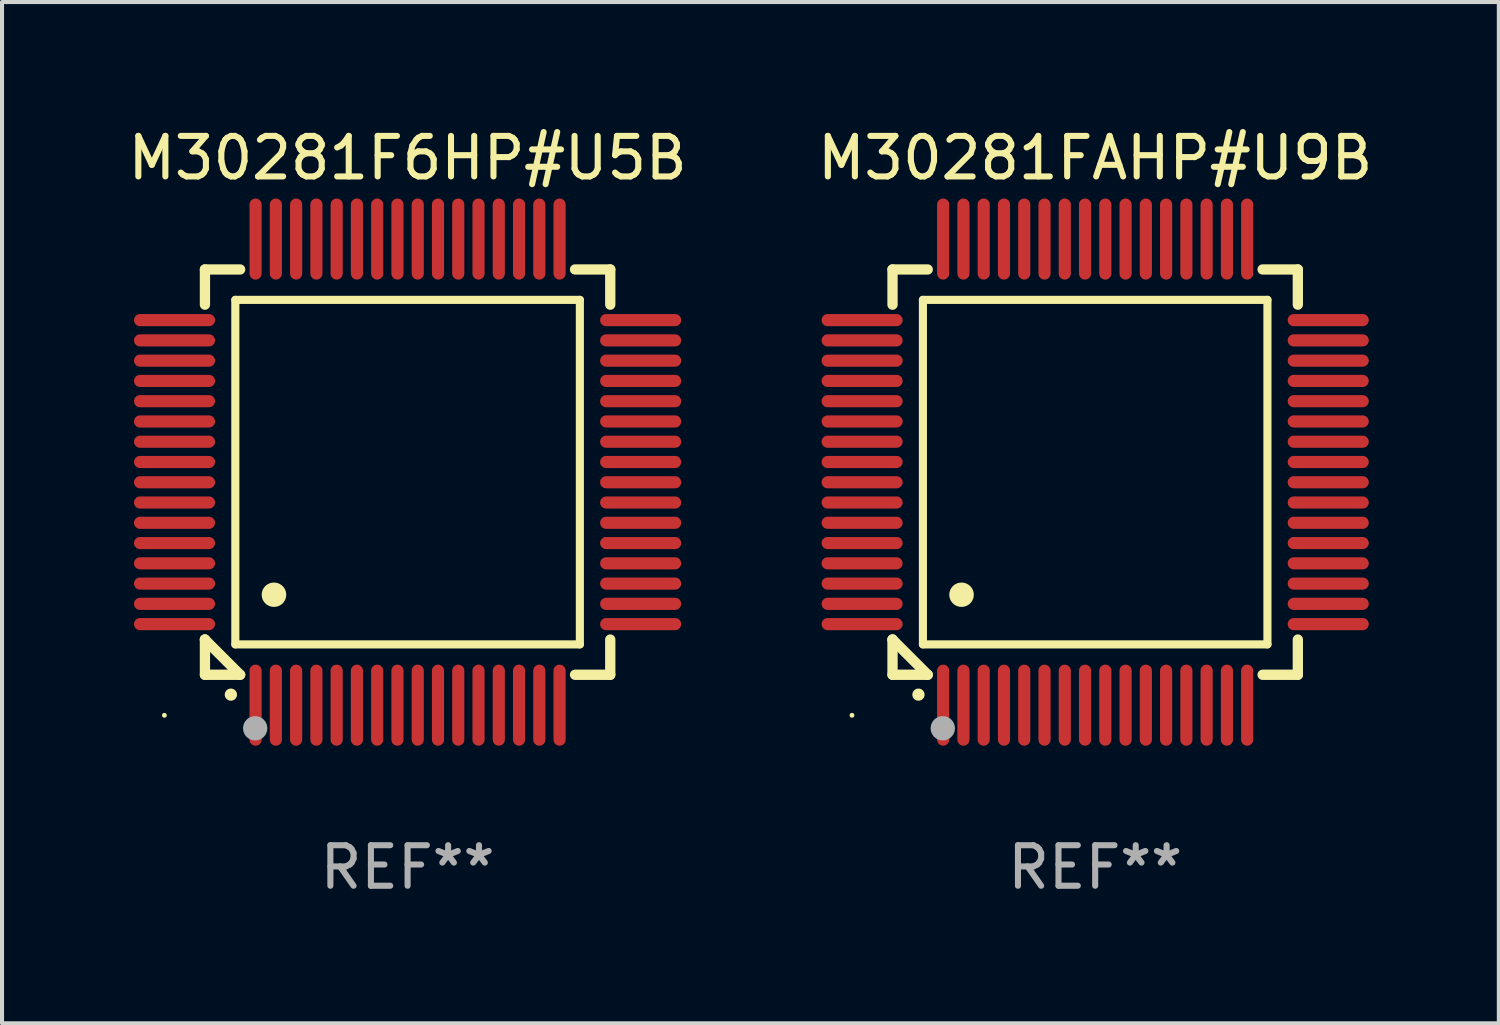
<source format=kicad_pcb>
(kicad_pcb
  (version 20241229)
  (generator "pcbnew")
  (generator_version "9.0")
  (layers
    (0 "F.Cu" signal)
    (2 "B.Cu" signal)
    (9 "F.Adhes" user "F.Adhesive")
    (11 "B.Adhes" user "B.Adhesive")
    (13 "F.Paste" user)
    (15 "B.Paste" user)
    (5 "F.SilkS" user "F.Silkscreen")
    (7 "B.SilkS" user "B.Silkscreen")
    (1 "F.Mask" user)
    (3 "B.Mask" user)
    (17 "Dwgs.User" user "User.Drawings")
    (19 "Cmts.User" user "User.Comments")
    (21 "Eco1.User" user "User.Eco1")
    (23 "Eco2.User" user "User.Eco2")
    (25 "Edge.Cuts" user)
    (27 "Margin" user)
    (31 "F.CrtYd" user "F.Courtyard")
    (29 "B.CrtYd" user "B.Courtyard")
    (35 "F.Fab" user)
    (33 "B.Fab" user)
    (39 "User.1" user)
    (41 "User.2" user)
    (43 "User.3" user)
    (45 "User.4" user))
  (footprint "M30281FAHP#U9B"
    (layer "F.Cu")
    (at 23.97 8.598)
    (property "Reference" "M30281FAHP#U9B" (at 0 -7.75 0) (layer "F.SilkS") (effects (font (size 1 1) (thickness 0.15))))
    (attr through_hole)
    (fp_line (start -5 -5) (end -4.131 -5) (stroke (width 0.254) (type solid)) (layer "F.SilkS"))
    (fp_line (start -5 -4.131) (end -5 -5) (stroke (width 0.254) (type solid)) (layer "F.SilkS"))
    (fp_line (start -5 4.131) (end -5 4.131) (stroke (width 0.254) (type solid)) (layer "F.SilkS"))
    (fp_line (start -5 5) (end -5 4.131) (stroke (width 0.254) (type solid)) (layer "F.SilkS"))
    (fp_line (start -5 4.131) (end -4.131 5) (stroke (width 0.254) (type solid)) (layer "F.SilkS"))
    (fp_line (start -4.25 -4.25) (end -4.25 4.25) (stroke (width 0.2) (type solid)) (layer "F.SilkS"))
    (fp_line (start -4.25 4.25) (end 4.25 4.25) (stroke (width 0.2) (type solid)) (layer "F.SilkS"))
    (fp_line (start -4.131 5) (end -5 5) (stroke (width 0.254) (type solid)) (layer "F.SilkS"))
    (fp_line (start 4.25 -4.25) (end -4.25 -4.25) (stroke (width 0.2) (type solid)) (layer "F.SilkS"))
    (fp_line (start 4.25 4.25) (end 4.25 -4.25) (stroke (width 0.2) (type solid)) (layer "F.SilkS"))
    (fp_line (start 5 -5) (end 4.131 -5) (stroke (width 0.254) (type solid)) (layer "F.SilkS"))
    (fp_line (start 5 -5) (end 5 -4.131) (stroke (width 0.254) (type solid)) (layer "F.SilkS"))
    (fp_line (start 5 4.131) (end 5 5) (stroke (width 0.254) (type solid)) (layer "F.SilkS"))
    (fp_line (start 5 5) (end 4.131 5) (stroke (width 0.254) (type solid)) (layer "F.SilkS"))
    (fp_arc (start -4.361265 5.489992) (mid -4.359995 5.489987) (end -4.358725 5.489992) (stroke (width 0.3) (type solid)) (layer "F.SilkS"))
    (fp_arc (start -3.299467 3.025146) (mid -3.296927 3.025135) (end -3.294387 3.025146) (stroke (width 0.6) (type solid)) (layer "F.SilkS"))
    (fp_circle (center -6 6) (end -5.97 6) (stroke (width 0.06) (type solid)) (fill no) (layer "F.SilkS"))
    (fp_circle (center -3.76 6.32) (end -3.61 6.32) (stroke (width 0.3) (type solid)) (fill no) (layer "F.Fab"))
    (fp_text user "REF**" (at 0 9.75 0) (layer "F.Fab") (effects (font (size 1 1) (thickness 0.15))))
    (pad "1" smd oval (at -3.75 5.75) (size 0.3 2) (layers "F.Cu" "F.Mask" "F.Paste"))
    (pad "2" smd oval (at -3.25 5.75) (size 0.3 2) (layers "F.Cu" "F.Mask" "F.Paste"))
    (pad "3" smd oval (at -2.75 5.75) (size 0.3 2) (layers "F.Cu" "F.Mask" "F.Paste"))
    (pad "4" smd oval (at -2.25 5.75) (size 0.3 2) (layers "F.Cu" "F.Mask" "F.Paste"))
    (pad "5" smd oval (at -1.75 5.75) (size 0.3 2) (layers "F.Cu" "F.Mask" "F.Paste"))
    (pad "6" smd oval (at -1.25 5.75) (size 0.3 2) (layers "F.Cu" "F.Mask" "F.Paste"))
    (pad "7" smd oval (at -0.75 5.75) (size 0.3 2) (layers "F.Cu" "F.Mask" "F.Paste"))
    (pad "8" smd oval (at -0.25 5.75) (size 0.3 2) (layers "F.Cu" "F.Mask" "F.Paste"))
    (pad "9" smd oval (at 0.25 5.75) (size 0.3 2) (layers "F.Cu" "F.Mask" "F.Paste"))
    (pad "10" smd oval (at 0.75 5.75) (size 0.3 2) (layers "F.Cu" "F.Mask" "F.Paste"))
    (pad "11" smd oval (at 1.25 5.75) (size 0.3 2) (layers "F.Cu" "F.Mask" "F.Paste"))
    (pad "12" smd oval (at 1.75 5.75) (size 0.3 2) (layers "F.Cu" "F.Mask" "F.Paste"))
    (pad "13" smd oval (at 2.25 5.75) (size 0.3 2) (layers "F.Cu" "F.Mask" "F.Paste"))
    (pad "14" smd oval (at 2.75 5.75) (size 0.3 2) (layers "F.Cu" "F.Mask" "F.Paste"))
    (pad "15" smd oval (at 3.25 5.75) (size 0.3 2) (layers "F.Cu" "F.Mask" "F.Paste"))
    (pad "16" smd oval (at 3.75 5.75) (size 0.3 2) (layers "F.Cu" "F.Mask" "F.Paste"))
    (pad "17" smd oval (at 5.75 3.75) (size 2 0.3) (layers "F.Cu" "F.Mask" "F.Paste"))
    (pad "18" smd oval (at 5.75 3.25) (size 2 0.3) (layers "F.Cu" "F.Mask" "F.Paste"))
    (pad "19" smd oval (at 5.75 2.75) (size 2 0.3) (layers "F.Cu" "F.Mask" "F.Paste"))
    (pad "20" smd oval (at 5.75 2.25) (size 2 0.3) (layers "F.Cu" "F.Mask" "F.Paste"))
    (pad "21" smd oval (at 5.75 1.75) (size 2 0.3) (layers "F.Cu" "F.Mask" "F.Paste"))
    (pad "22" smd oval (at 5.75 1.25) (size 2 0.3) (layers "F.Cu" "F.Mask" "F.Paste"))
    (pad "23" smd oval (at 5.75 0.75) (size 2 0.3) (layers "F.Cu" "F.Mask" "F.Paste"))
    (pad "24" smd oval (at 5.75 0.25) (size 2 0.3) (layers "F.Cu" "F.Mask" "F.Paste"))
    (pad "25" smd oval (at 5.75 -0.25) (size 2 0.3) (layers "F.Cu" "F.Mask" "F.Paste"))
    (pad "26" smd oval (at 5.75 -0.75) (size 2 0.3) (layers "F.Cu" "F.Mask" "F.Paste"))
    (pad "27" smd oval (at 5.75 -1.25) (size 2 0.3) (layers "F.Cu" "F.Mask" "F.Paste"))
    (pad "28" smd oval (at 5.75 -1.75) (size 2 0.3) (layers "F.Cu" "F.Mask" "F.Paste"))
    (pad "29" smd oval (at 5.75 -2.25) (size 2 0.3) (layers "F.Cu" "F.Mask" "F.Paste"))
    (pad "30" smd oval (at 5.75 -2.75) (size 2 0.3) (layers "F.Cu" "F.Mask" "F.Paste"))
    (pad "31" smd oval (at 5.75 -3.25) (size 2 0.3) (layers "F.Cu" "F.Mask" "F.Paste"))
    (pad "32" smd oval (at 5.75 -3.75) (size 2 0.3) (layers "F.Cu" "F.Mask" "F.Paste"))
    (pad "33" smd oval (at 3.75 -5.75) (size 0.3 2) (layers "F.Cu" "F.Mask" "F.Paste"))
    (pad "34" smd oval (at 3.25 -5.75) (size 0.3 2) (layers "F.Cu" "F.Mask" "F.Paste"))
    (pad "35" smd oval (at 2.75 -5.75) (size 0.3 2) (layers "F.Cu" "F.Mask" "F.Paste"))
    (pad "36" smd oval (at 2.25 -5.75) (size 0.3 2) (layers "F.Cu" "F.Mask" "F.Paste"))
    (pad "37" smd oval (at 1.75 -5.75) (size 0.3 2) (layers "F.Cu" "F.Mask" "F.Paste"))
    (pad "38" smd oval (at 1.25 -5.75) (size 0.3 2) (layers "F.Cu" "F.Mask" "F.Paste"))
    (pad "39" smd oval (at 0.75 -5.75) (size 0.3 2) (layers "F.Cu" "F.Mask" "F.Paste"))
    (pad "40" smd oval (at 0.25 -5.75) (size 0.3 2) (layers "F.Cu" "F.Mask" "F.Paste"))
    (pad "41" smd oval (at -0.25 -5.75) (size 0.3 2) (layers "F.Cu" "F.Mask" "F.Paste"))
    (pad "42" smd oval (at -0.75 -5.75) (size 0.3 2) (layers "F.Cu" "F.Mask" "F.Paste"))
    (pad "43" smd oval (at -1.25 -5.75) (size 0.3 2) (layers "F.Cu" "F.Mask" "F.Paste"))
    (pad "44" smd oval (at -1.75 -5.75) (size 0.3 2) (layers "F.Cu" "F.Mask" "F.Paste"))
    (pad "45" smd oval (at -2.25 -5.75) (size 0.3 2) (layers "F.Cu" "F.Mask" "F.Paste"))
    (pad "46" smd oval (at -2.75 -5.75) (size 0.3 2) (layers "F.Cu" "F.Mask" "F.Paste"))
    (pad "47" smd oval (at -3.25 -5.75) (size 0.3 2) (layers "F.Cu" "F.Mask" "F.Paste"))
    (pad "48" smd oval (at -3.75 -5.75) (size 0.3 2) (layers "F.Cu" "F.Mask" "F.Paste"))
    (pad "49" smd oval (at -5.75 -3.75) (size 2 0.3) (layers "F.Cu" "F.Mask" "F.Paste"))
    (pad "50" smd oval (at -5.75 -3.25) (size 2 0.3) (layers "F.Cu" "F.Mask" "F.Paste"))
    (pad "51" smd oval (at -5.75 -2.75) (size 2 0.3) (layers "F.Cu" "F.Mask" "F.Paste"))
    (pad "52" smd oval (at -5.75 -2.25) (size 2 0.3) (layers "F.Cu" "F.Mask" "F.Paste"))
    (pad "53" smd oval (at -5.75 -1.75) (size 2 0.3) (layers "F.Cu" "F.Mask" "F.Paste"))
    (pad "54" smd oval (at -5.75 -1.25) (size 2 0.3) (layers "F.Cu" "F.Mask" "F.Paste"))
    (pad "55" smd oval (at -5.75 -0.75) (size 2 0.3) (layers "F.Cu" "F.Mask" "F.Paste"))
    (pad "56" smd oval (at -5.75 -0.25) (size 2 0.3) (layers "F.Cu" "F.Mask" "F.Paste"))
    (pad "57" smd oval (at -5.75 0.25) (size 2 0.3) (layers "F.Cu" "F.Mask" "F.Paste"))
    (pad "58" smd oval (at -5.75 0.75) (size 2 0.3) (layers "F.Cu" "F.Mask" "F.Paste"))
    (pad "59" smd oval (at -5.75 1.25) (size 2 0.3) (layers "F.Cu" "F.Mask" "F.Paste"))
    (pad "60" smd oval (at -5.75 1.75) (size 2 0.3) (layers "F.Cu" "F.Mask" "F.Paste"))
    (pad "61" smd oval (at -5.75 2.25) (size 2 0.3) (layers "F.Cu" "F.Mask" "F.Paste"))
    (pad "62" smd oval (at -5.75 2.75) (size 2 0.3) (layers "F.Cu" "F.Mask" "F.Paste"))
    (pad "63" smd oval (at -5.75 3.25) (size 2 0.3) (layers "F.Cu" "F.Mask" "F.Paste"))
    (pad "64" smd oval (at -5.75 3.75) (size 2 0.3) (layers "F.Cu" "F.Mask" "F.Paste")))
  (footprint "M30281F6HP#U5B"
    (layer "F.Cu")
    (at 7.006 8.598)
    (property "Reference" "M30281F6HP#U5B" (at 0 -7.75 0) (layer "F.SilkS") (effects (font (size 1 1) (thickness 0.15))))
    (attr through_hole)
    (fp_line (start -5 -5) (end -4.131 -5) (stroke (width 0.254) (type solid)) (layer "F.SilkS"))
    (fp_line (start -5 -4.131) (end -5 -5) (stroke (width 0.254) (type solid)) (layer "F.SilkS"))
    (fp_line (start -5 4.131) (end -5 4.131) (stroke (width 0.254) (type solid)) (layer "F.SilkS"))
    (fp_line (start -5 5) (end -5 4.131) (stroke (width 0.254) (type solid)) (layer "F.SilkS"))
    (fp_line (start -5 4.131) (end -4.131 5) (stroke (width 0.254) (type solid)) (layer "F.SilkS"))
    (fp_line (start -4.25 -4.25) (end -4.25 4.25) (stroke (width 0.2) (type solid)) (layer "F.SilkS"))
    (fp_line (start -4.25 4.25) (end 4.25 4.25) (stroke (width 0.2) (type solid)) (layer "F.SilkS"))
    (fp_line (start -4.131 5) (end -5 5) (stroke (width 0.254) (type solid)) (layer "F.SilkS"))
    (fp_line (start 4.25 -4.25) (end -4.25 -4.25) (stroke (width 0.2) (type solid)) (layer "F.SilkS"))
    (fp_line (start 4.25 4.25) (end 4.25 -4.25) (stroke (width 0.2) (type solid)) (layer "F.SilkS"))
    (fp_line (start 5 -5) (end 4.131 -5) (stroke (width 0.254) (type solid)) (layer "F.SilkS"))
    (fp_line (start 5 -5) (end 5 -4.131) (stroke (width 0.254) (type solid)) (layer "F.SilkS"))
    (fp_line (start 5 4.131) (end 5 5) (stroke (width 0.254) (type solid)) (layer "F.SilkS"))
    (fp_line (start 5 5) (end 4.131 5) (stroke (width 0.254) (type solid)) (layer "F.SilkS"))
    (fp_arc (start -4.361265 5.489992) (mid -4.359995 5.489987) (end -4.358725 5.489992) (stroke (width 0.3) (type solid)) (layer "F.SilkS"))
    (fp_arc (start -3.299467 3.025146) (mid -3.296927 3.025135) (end -3.294387 3.025146) (stroke (width 0.6) (type solid)) (layer "F.SilkS"))
    (fp_circle (center -6 6) (end -5.97 6) (stroke (width 0.06) (type solid)) (fill no) (layer "F.SilkS"))
    (fp_circle (center -3.76 6.32) (end -3.61 6.32) (stroke (width 0.3) (type solid)) (fill no) (layer "F.Fab"))
    (fp_text user "REF**" (at 0 9.75 0) (layer "F.Fab") (effects (font (size 1 1) (thickness 0.15))))
    (pad "1" smd oval (at -3.75 5.75) (size 0.3 2) (layers "F.Cu" "F.Mask" "F.Paste"))
    (pad "2" smd oval (at -3.25 5.75) (size 0.3 2) (layers "F.Cu" "F.Mask" "F.Paste"))
    (pad "3" smd oval (at -2.75 5.75) (size 0.3 2) (layers "F.Cu" "F.Mask" "F.Paste"))
    (pad "4" smd oval (at -2.25 5.75) (size 0.3 2) (layers "F.Cu" "F.Mask" "F.Paste"))
    (pad "5" smd oval (at -1.75 5.75) (size 0.3 2) (layers "F.Cu" "F.Mask" "F.Paste"))
    (pad "6" smd oval (at -1.25 5.75) (size 0.3 2) (layers "F.Cu" "F.Mask" "F.Paste"))
    (pad "7" smd oval (at -0.75 5.75) (size 0.3 2) (layers "F.Cu" "F.Mask" "F.Paste"))
    (pad "8" smd oval (at -0.25 5.75) (size 0.3 2) (layers "F.Cu" "F.Mask" "F.Paste"))
    (pad "9" smd oval (at 0.25 5.75) (size 0.3 2) (layers "F.Cu" "F.Mask" "F.Paste"))
    (pad "10" smd oval (at 0.75 5.75) (size 0.3 2) (layers "F.Cu" "F.Mask" "F.Paste"))
    (pad "11" smd oval (at 1.25 5.75) (size 0.3 2) (layers "F.Cu" "F.Mask" "F.Paste"))
    (pad "12" smd oval (at 1.75 5.75) (size 0.3 2) (layers "F.Cu" "F.Mask" "F.Paste"))
    (pad "13" smd oval (at 2.25 5.75) (size 0.3 2) (layers "F.Cu" "F.Mask" "F.Paste"))
    (pad "14" smd oval (at 2.75 5.75) (size 0.3 2) (layers "F.Cu" "F.Mask" "F.Paste"))
    (pad "15" smd oval (at 3.25 5.75) (size 0.3 2) (layers "F.Cu" "F.Mask" "F.Paste"))
    (pad "16" smd oval (at 3.75 5.75) (size 0.3 2) (layers "F.Cu" "F.Mask" "F.Paste"))
    (pad "17" smd oval (at 5.75 3.75) (size 2 0.3) (layers "F.Cu" "F.Mask" "F.Paste"))
    (pad "18" smd oval (at 5.75 3.25) (size 2 0.3) (layers "F.Cu" "F.Mask" "F.Paste"))
    (pad "19" smd oval (at 5.75 2.75) (size 2 0.3) (layers "F.Cu" "F.Mask" "F.Paste"))
    (pad "20" smd oval (at 5.75 2.25) (size 2 0.3) (layers "F.Cu" "F.Mask" "F.Paste"))
    (pad "21" smd oval (at 5.75 1.75) (size 2 0.3) (layers "F.Cu" "F.Mask" "F.Paste"))
    (pad "22" smd oval (at 5.75 1.25) (size 2 0.3) (layers "F.Cu" "F.Mask" "F.Paste"))
    (pad "23" smd oval (at 5.75 0.75) (size 2 0.3) (layers "F.Cu" "F.Mask" "F.Paste"))
    (pad "24" smd oval (at 5.75 0.25) (size 2 0.3) (layers "F.Cu" "F.Mask" "F.Paste"))
    (pad "25" smd oval (at 5.75 -0.25) (size 2 0.3) (layers "F.Cu" "F.Mask" "F.Paste"))
    (pad "26" smd oval (at 5.75 -0.75) (size 2 0.3) (layers "F.Cu" "F.Mask" "F.Paste"))
    (pad "27" smd oval (at 5.75 -1.25) (size 2 0.3) (layers "F.Cu" "F.Mask" "F.Paste"))
    (pad "28" smd oval (at 5.75 -1.75) (size 2 0.3) (layers "F.Cu" "F.Mask" "F.Paste"))
    (pad "29" smd oval (at 5.75 -2.25) (size 2 0.3) (layers "F.Cu" "F.Mask" "F.Paste"))
    (pad "30" smd oval (at 5.75 -2.75) (size 2 0.3) (layers "F.Cu" "F.Mask" "F.Paste"))
    (pad "31" smd oval (at 5.75 -3.25) (size 2 0.3) (layers "F.Cu" "F.Mask" "F.Paste"))
    (pad "32" smd oval (at 5.75 -3.75) (size 2 0.3) (layers "F.Cu" "F.Mask" "F.Paste"))
    (pad "33" smd oval (at 3.75 -5.75) (size 0.3 2) (layers "F.Cu" "F.Mask" "F.Paste"))
    (pad "34" smd oval (at 3.25 -5.75) (size 0.3 2) (layers "F.Cu" "F.Mask" "F.Paste"))
    (pad "35" smd oval (at 2.75 -5.75) (size 0.3 2) (layers "F.Cu" "F.Mask" "F.Paste"))
    (pad "36" smd oval (at 2.25 -5.75) (size 0.3 2) (layers "F.Cu" "F.Mask" "F.Paste"))
    (pad "37" smd oval (at 1.75 -5.75) (size 0.3 2) (layers "F.Cu" "F.Mask" "F.Paste"))
    (pad "38" smd oval (at 1.25 -5.75) (size 0.3 2) (layers "F.Cu" "F.Mask" "F.Paste"))
    (pad "39" smd oval (at 0.75 -5.75) (size 0.3 2) (layers "F.Cu" "F.Mask" "F.Paste"))
    (pad "40" smd oval (at 0.25 -5.75) (size 0.3 2) (layers "F.Cu" "F.Mask" "F.Paste"))
    (pad "41" smd oval (at -0.25 -5.75) (size 0.3 2) (layers "F.Cu" "F.Mask" "F.Paste"))
    (pad "42" smd oval (at -0.75 -5.75) (size 0.3 2) (layers "F.Cu" "F.Mask" "F.Paste"))
    (pad "43" smd oval (at -1.25 -5.75) (size 0.3 2) (layers "F.Cu" "F.Mask" "F.Paste"))
    (pad "44" smd oval (at -1.75 -5.75) (size 0.3 2) (layers "F.Cu" "F.Mask" "F.Paste"))
    (pad "45" smd oval (at -2.25 -5.75) (size 0.3 2) (layers "F.Cu" "F.Mask" "F.Paste"))
    (pad "46" smd oval (at -2.75 -5.75) (size 0.3 2) (layers "F.Cu" "F.Mask" "F.Paste"))
    (pad "47" smd oval (at -3.25 -5.75) (size 0.3 2) (layers "F.Cu" "F.Mask" "F.Paste"))
    (pad "48" smd oval (at -3.75 -5.75) (size 0.3 2) (layers "F.Cu" "F.Mask" "F.Paste"))
    (pad "49" smd oval (at -5.75 -3.75) (size 2 0.3) (layers "F.Cu" "F.Mask" "F.Paste"))
    (pad "50" smd oval (at -5.75 -3.25) (size 2 0.3) (layers "F.Cu" "F.Mask" "F.Paste"))
    (pad "51" smd oval (at -5.75 -2.75) (size 2 0.3) (layers "F.Cu" "F.Mask" "F.Paste"))
    (pad "52" smd oval (at -5.75 -2.25) (size 2 0.3) (layers "F.Cu" "F.Mask" "F.Paste"))
    (pad "53" smd oval (at -5.75 -1.75) (size 2 0.3) (layers "F.Cu" "F.Mask" "F.Paste"))
    (pad "54" smd oval (at -5.75 -1.25) (size 2 0.3) (layers "F.Cu" "F.Mask" "F.Paste"))
    (pad "55" smd oval (at -5.75 -0.75) (size 2 0.3) (layers "F.Cu" "F.Mask" "F.Paste"))
    (pad "56" smd oval (at -5.75 -0.25) (size 2 0.3) (layers "F.Cu" "F.Mask" "F.Paste"))
    (pad "57" smd oval (at -5.75 0.25) (size 2 0.3) (layers "F.Cu" "F.Mask" "F.Paste"))
    (pad "58" smd oval (at -5.75 0.75) (size 2 0.3) (layers "F.Cu" "F.Mask" "F.Paste"))
    (pad "59" smd oval (at -5.75 1.25) (size 2 0.3) (layers "F.Cu" "F.Mask" "F.Paste"))
    (pad "60" smd oval (at -5.75 1.75) (size 2 0.3) (layers "F.Cu" "F.Mask" "F.Paste"))
    (pad "61" smd oval (at -5.75 2.25) (size 2 0.3) (layers "F.Cu" "F.Mask" "F.Paste"))
    (pad "62" smd oval (at -5.75 2.75) (size 2 0.3) (layers "F.Cu" "F.Mask" "F.Paste"))
    (pad "63" smd oval (at -5.75 3.25) (size 2 0.3) (layers "F.Cu" "F.Mask" "F.Paste"))
    (pad "64" smd oval (at -5.75 3.75) (size 2 0.3) (layers "F.Cu" "F.Mask" "F.Paste")))
  (gr_rect
    (start -3 -3)
    (end 33.929 22.196)
    (stroke (width 0.1) (type default))
    (fill no)
    (layer "Edge.Cuts")))
</source>
